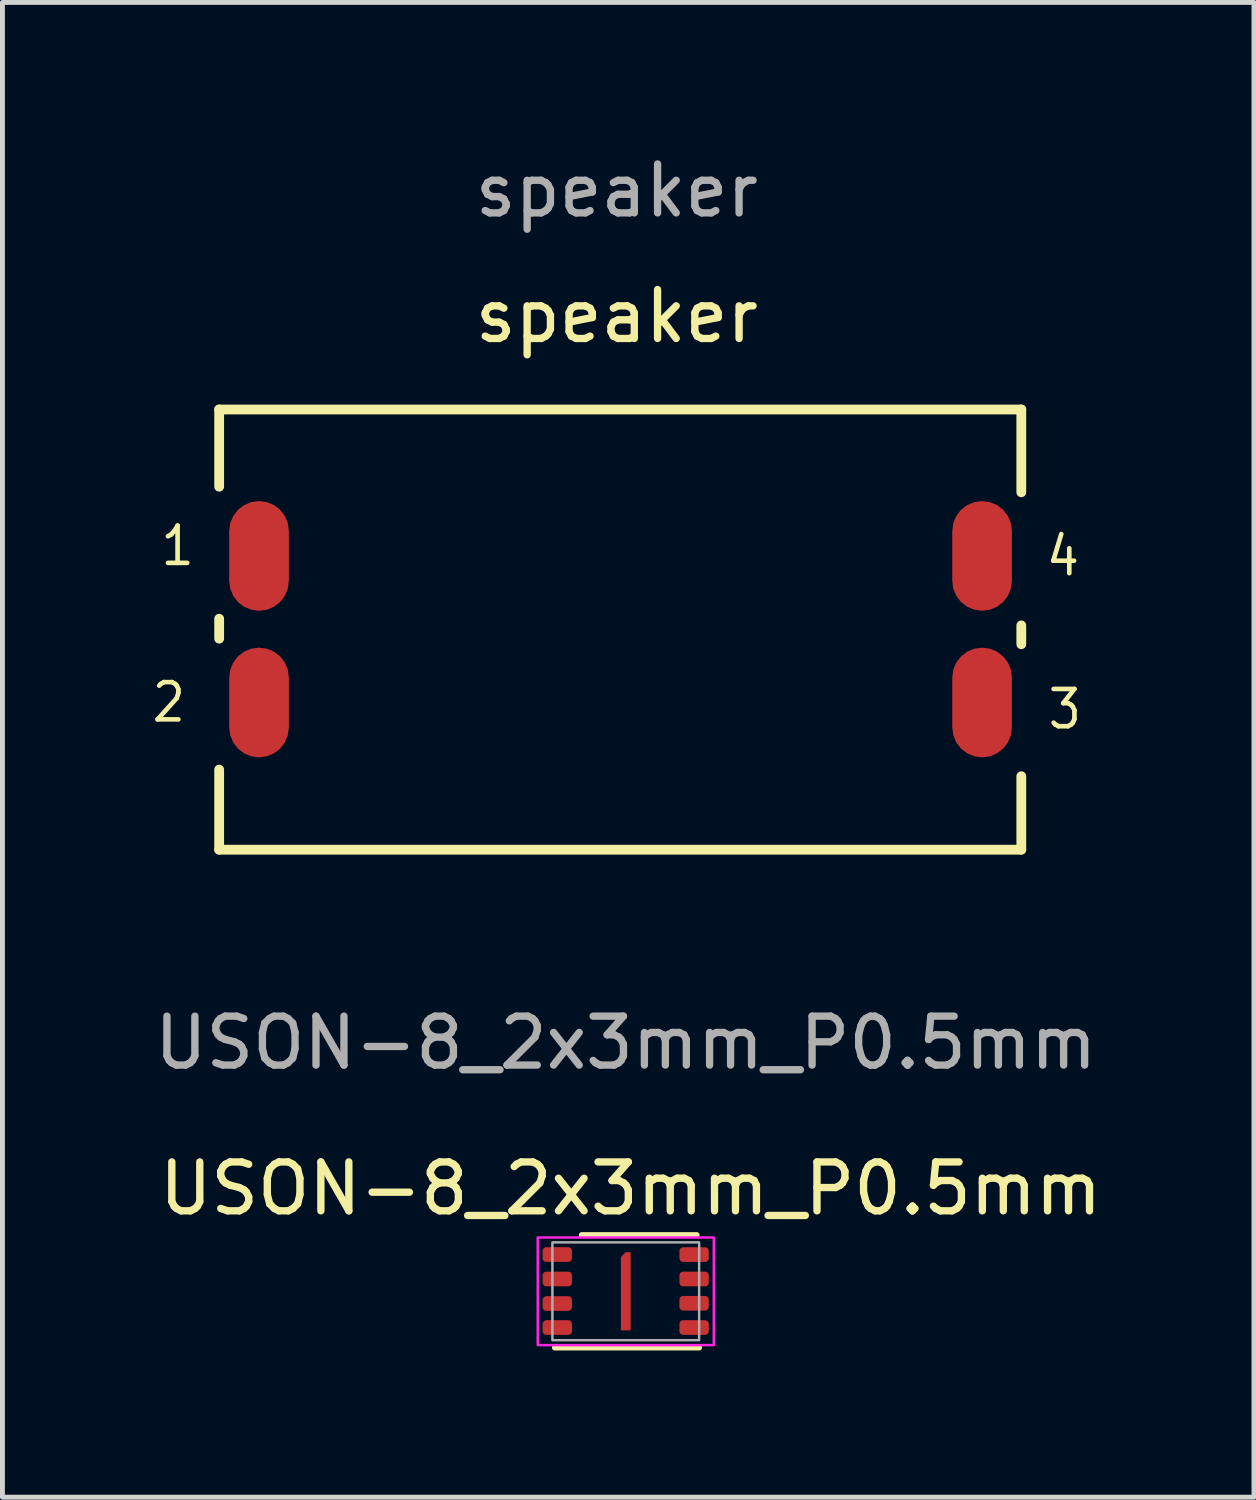
<source format=kicad_pcb>
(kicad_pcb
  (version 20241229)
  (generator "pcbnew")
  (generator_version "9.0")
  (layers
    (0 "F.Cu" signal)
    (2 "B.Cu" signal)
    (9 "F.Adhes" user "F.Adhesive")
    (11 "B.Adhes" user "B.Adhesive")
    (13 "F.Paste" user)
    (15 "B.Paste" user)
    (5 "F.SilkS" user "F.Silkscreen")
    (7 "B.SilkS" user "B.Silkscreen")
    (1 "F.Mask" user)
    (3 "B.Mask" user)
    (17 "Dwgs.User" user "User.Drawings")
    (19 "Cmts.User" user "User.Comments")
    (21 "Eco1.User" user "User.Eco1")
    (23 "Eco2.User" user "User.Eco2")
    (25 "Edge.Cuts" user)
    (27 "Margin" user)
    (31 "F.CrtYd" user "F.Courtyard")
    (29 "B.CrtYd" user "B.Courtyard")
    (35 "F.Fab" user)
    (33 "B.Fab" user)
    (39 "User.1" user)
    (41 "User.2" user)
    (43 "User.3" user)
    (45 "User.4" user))
  (footprint "speaker"
    (layer "F.Cu")
    (at 9.561 3.388)
    (property "Reference" "speaker" (at 0 0.027 0) (unlocked yes) (layer "F.SilkS") (effects (font (size 1 1) (thickness 0.15))))
    (attr smd exclude_from_bom)
    (fp_line (start -8.13 1.934) (end -8.13 3.513) (stroke (width 0.2) (type solid)) (layer "F.SilkS"))
    (fp_line (start -8.13 1.934) (end 8.27 1.934) (stroke (width 0.2) (type solid)) (layer "F.SilkS"))
    (fp_line (start -8.13 6.62) (end -8.13 6.212) (stroke (width 0.2) (type solid)) (layer "F.SilkS"))
    (fp_line (start -8.13 10.934) (end -8.13 9.296) (stroke (width 0.2) (type solid)) (layer "F.SilkS"))
    (fp_line (start 8.27 1.934) (end 8.27 3.627) (stroke (width 0.2) (type solid)) (layer "F.SilkS"))
    (fp_line (start 8.27 6.348) (end 8.27 6.734) (stroke (width 0.2) (type solid)) (layer "F.SilkS"))
    (fp_line (start 8.27 10.934) (end -8.13 10.934) (stroke (width 0.2) (type solid)) (layer "F.SilkS"))
    (fp_line (start 8.27 10.934) (end 8.27 9.432) (stroke (width 0.2) (type solid)) (layer "F.SilkS"))
    (fp_text user "1" (at -8.98 5.168 0) (layer "F.SilkS") (effects (font (size 0.762 0.686) (thickness 0.095)) (justify bottom)))
    (fp_text user "4" (at 9.12 5.378 0) (layer "F.SilkS") (effects (font (size 0.762 0.686) (thickness 0.095)) (justify bottom)))
    (fp_text user "2" (at -9.16 8.368 0) (layer "F.SilkS") (effects (font (size 0.762 0.686) (thickness 0.095)) (justify bottom)))
    (fp_text user "3" (at 9.16 8.508 0) (layer "F.SilkS") (effects (font (size 0.762 0.686) (thickness 0.095)) (justify bottom)))
    (fp_text user "${REFERENCE}" (at 0 -2.54 0) (unlocked yes) (layer "F.Fab") (effects (font (size 1 1) (thickness 0.15))))
    (pad "1" smd roundrect (at -7.315 4.928) (size 1.219 2.243) (layers "F.Cu" "F.Mask" "F.Paste") (roundrect_rratio 0.5))
    (pad "2" smd roundrect (at -7.315 7.925) (size 1.219 2.243) (layers "F.Cu" "F.Mask" "F.Paste") (roundrect_rratio 0.5))
    (pad "3" smd roundrect (at 7.468 7.925) (size 1.219 2.243) (layers "F.Cu" "F.Mask" "F.Paste") (roundrect_rratio 0.5))
    (pad "4" smd roundrect (at 7.468 4.928) (size 1.219 2.243) (layers "F.Cu" "F.Mask" "F.Paste") (roundrect_rratio 0.5)))
  (footprint "USON-8_2x3mm_P0.5mm"
    (layer "F.Cu")
    (at 9.744 23.351)
    (property "Reference" "USON-8_2x3mm_P0.5mm" (at 0.1 -2.1 0) (layer "F.SilkS") (effects (font (size 1 1) (thickness 0.15))))
    (attr smd)
    (fp_line (start -1.45 1.15) (end 1.5 1.15) (stroke (width 0.12) (type solid)) (layer "F.SilkS"))
    (fp_line (start -0.9 -1.15) (end 1.45 -1.15) (stroke (width 0.12) (type solid)) (layer "F.SilkS"))
    (fp_rect (start -1.8 -1.1) (end 1.8 1.1) (stroke (width 0.05) (type default)) (fill no) (layer "F.CrtYd"))
    (fp_rect (start -1.5 1) (end 1.5 -1) (stroke (width 0.05) (type default)) (fill no) (layer "F.Fab"))
    (fp_text user "${REFERENCE}" (at 0 -5.08 0) (layer "F.Fab") (effects (font (size 1 1) (thickness 0.15))))
    (pad "1" smd roundrect (at -1.4 -0.751) (size 0.6 0.3) (layers "F.Cu" "F.Mask" "F.Paste") (roundrect_rratio 0.25))
    (pad "2" smd roundrect (at -1.4 -0.251) (size 0.6 0.3) (layers "F.Cu" "F.Mask" "F.Paste") (roundrect_rratio 0.25))
    (pad "3" smd roundrect (at -1.4 0.25) (size 0.6 0.3) (layers "F.Cu" "F.Mask" "F.Paste") (roundrect_rratio 0.25))
    (pad "4" smd roundrect (at -1.4 0.741) (size 0.6 0.3) (layers "F.Cu" "F.Mask" "F.Paste") (roundrect_rratio 0.25))
    (pad "5" smd roundrect (at 1.397 0.741) (size 0.6 0.3) (layers "F.Cu" "F.Mask" "F.Paste") (roundrect_rratio 0.25))
    (pad "6" smd roundrect (at 1.397 0.245) (size 0.6 0.3) (layers "F.Cu" "F.Mask" "F.Paste") (roundrect_rratio 0.25))
    (pad "7" smd roundrect (at 1.397 -0.251) (size 0.6 0.3) (layers "F.Cu" "F.Mask" "F.Paste") (roundrect_rratio 0.25))
    (pad "8" smd roundrect (at 1.397 -0.75) (size 0.6 0.3) (layers "F.Cu" "F.Mask" "F.Paste") (roundrect_rratio 0.25))
    (pad "9" smd roundrect (at 0 0) (size 0.2 1.6) (layers "F.Cu" "F.Mask" "F.Paste") (roundrect_rratio 0) (chamfer_ratio 0.5) (chamfer top_left)))
  (gr_rect
    (start -3 -3)
    (end 22.588 27.561)
    (stroke (width 0.1) (type default))
    (fill no)
    (layer "Edge.Cuts")))
</source>
